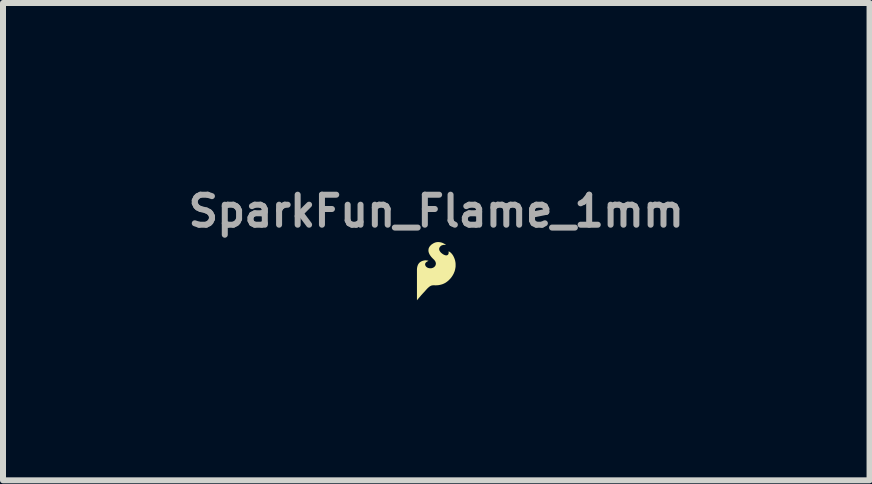
<source format=kicad_pcb>
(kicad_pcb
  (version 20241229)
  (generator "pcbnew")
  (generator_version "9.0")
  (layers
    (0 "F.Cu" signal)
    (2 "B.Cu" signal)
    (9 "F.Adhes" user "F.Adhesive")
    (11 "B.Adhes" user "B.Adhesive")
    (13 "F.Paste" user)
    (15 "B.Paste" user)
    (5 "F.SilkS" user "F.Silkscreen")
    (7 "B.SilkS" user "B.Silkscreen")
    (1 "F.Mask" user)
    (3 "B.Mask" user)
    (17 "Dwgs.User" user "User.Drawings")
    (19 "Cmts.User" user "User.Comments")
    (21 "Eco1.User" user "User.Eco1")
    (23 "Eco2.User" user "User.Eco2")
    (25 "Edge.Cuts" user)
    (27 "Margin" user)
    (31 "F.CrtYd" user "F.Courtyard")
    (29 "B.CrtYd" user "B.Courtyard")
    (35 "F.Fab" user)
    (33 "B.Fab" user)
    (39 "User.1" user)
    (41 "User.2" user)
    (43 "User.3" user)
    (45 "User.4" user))
  (footprint "SparkFun_Flame_1mm"
    (layer "F.Cu")
    (at 4.219 1.468)
    (property "Reference" "SparkFun_Flame_1mm" (at 0 -1 0) (layer "F.Fab") (effects (font (size 0.5 0.5) (thickness 0.1))))
    (attr board_only exclude_from_pos_files exclude_from_bom)
    (fp_poly (pts (xy 0.039 -0.485) (xy 0.049 -0.484) (xy 0.058 -0.483) (xy 0.067 -0.481) (xy 0.076 -0.48) (xy 0.085 -0.477) (xy 0.093 -0.475) (xy 0.101 -0.472) (xy 0.108 -0.469) (xy 0.115 -0.466) (xy 0.122 -0.462) (xy 0.134 -0.456) (xy 0.144 -0.45) (xy 0.152 -0.444) (xy 0.158 -0.44) (xy 0.163 -0.436) (xy 0.161 -0.436) (xy 0.153 -0.437) (xy 0.148 -0.438) (xy 0.142 -0.438) (xy 0.136 -0.438) (xy 0.128 -0.438) (xy 0.121 -0.438) (xy 0.113 -0.436) (xy 0.105 -0.434) (xy 0.101 -0.433) (xy 0.097 -0.432) (xy 0.093 -0.43) (xy 0.089 -0.428) (xy 0.085 -0.426) (xy 0.081 -0.424) (xy 0.077 -0.421) (xy 0.074 -0.418) (xy 0.07 -0.415) (xy 0.067 -0.411) (xy 0.062 -0.406) (xy 0.059 -0.401) (xy 0.055 -0.396) (xy 0.053 -0.391) (xy 0.052 -0.389) (xy 0.051 -0.386) (xy 0.05 -0.383) (xy 0.049 -0.38) (xy 0.048 -0.378) (xy 0.048 -0.375) (xy 0.048 -0.372) (xy 0.048 -0.369) (xy 0.048 -0.366) (xy 0.048 -0.363) (xy 0.048 -0.361) (xy 0.049 -0.358) (xy 0.05 -0.355) (xy 0.05 -0.351) (xy 0.052 -0.348) (xy 0.053 -0.345) (xy 0.054 -0.342) (xy 0.056 -0.339) (xy 0.058 -0.336) (xy 0.06 -0.332) (xy 0.062 -0.329) (xy 0.064 -0.326) (xy 0.069 -0.319) (xy 0.074 -0.313) (xy 0.08 -0.307) (xy 0.086 -0.302) (xy 0.092 -0.297) (xy 0.099 -0.292) (xy 0.105 -0.287) (xy 0.112 -0.282) (xy 0.12 -0.278) (xy 0.127 -0.274) (xy 0.134 -0.271) (xy 0.141 -0.268) (xy 0.148 -0.266) (xy 0.155 -0.264) (xy 0.159 -0.264) (xy 0.162 -0.263) (xy 0.165 -0.263) (xy 0.168 -0.263) (xy 0.171 -0.263) (xy 0.174 -0.264) (xy 0.178 -0.265) (xy 0.182 -0.266) (xy 0.185 -0.267) (xy 0.188 -0.269) (xy 0.191 -0.271) (xy 0.193 -0.273) (xy 0.195 -0.275) (xy 0.197 -0.277) (xy 0.199 -0.28) (xy 0.2 -0.283) (xy 0.202 -0.285) (xy 0.203 -0.288) (xy 0.204 -0.291) (xy 0.205 -0.294) (xy 0.205 -0.297) (xy 0.206 -0.3) (xy 0.206 -0.306) (xy 0.206 -0.311) (xy 0.206 -0.316) (xy 0.206 -0.321) (xy 0.205 -0.324) (xy 0.205 -0.327) (xy 0.204 -0.33) (xy 0.212 -0.327) (xy 0.22 -0.323) (xy 0.228 -0.318) (xy 0.236 -0.312) (xy 0.252 -0.297) (xy 0.267 -0.279) (xy 0.281 -0.258) (xy 0.293 -0.234) (xy 0.304 -0.208) (xy 0.313 -0.18) (xy 0.319 -0.15) (xy 0.321 -0.134) (xy 0.322 -0.118) (xy 0.322 -0.102) (xy 0.322 -0.085) (xy 0.321 -0.068) (xy 0.318 -0.051) (xy 0.315 -0.034) (xy 0.311 -0.017) (xy 0.306 0.001) (xy 0.299 0.018) (xy 0.292 0.036) (xy 0.283 0.053) (xy 0.273 0.071) (xy 0.262 0.088) (xy 0.249 0.106) (xy 0.236 0.122) (xy 0.221 0.138) (xy 0.206 0.153) (xy 0.191 0.166) (xy 0.174 0.179) (xy 0.157 0.191) (xy 0.139 0.201) (xy 0.12 0.21) (xy 0.1 0.218) (xy 0.079 0.224) (xy 0.058 0.229) (xy 0.036 0.233) (xy 0.013 0.235) (xy -0.011 0.236) (xy -0.036 0.235) (xy -0.042 0.235) (xy -0.049 0.235) (xy -0.055 0.235) (xy -0.061 0.236) (xy -0.067 0.237) (xy -0.072 0.238) (xy -0.078 0.239) (xy -0.083 0.241) (xy -0.088 0.243) (xy -0.093 0.245) (xy -0.098 0.248) (xy -0.103 0.251) (xy -0.113 0.257) (xy -0.123 0.265) (xy -0.132 0.273) (xy -0.142 0.282) (xy -0.152 0.292) (xy -0.162 0.303) (xy -0.208 0.354) (xy -0.231 0.379) (xy -0.252 0.402) (xy -0.271 0.425) (xy -0.288 0.444) (xy -0.302 0.461) (xy -0.313 0.474) (xy -0.322 0.485) (xy -0.322 -0.003) (xy -0.322 -0.013) (xy -0.322 -0.022) (xy -0.322 -0.031) (xy -0.321 -0.04) (xy -0.321 -0.048) (xy -0.32 -0.056) (xy -0.318 -0.064) (xy -0.317 -0.071) (xy -0.315 -0.078) (xy -0.313 -0.085) (xy -0.311 -0.091) (xy -0.309 -0.097) (xy -0.306 -0.103) (xy -0.304 -0.109) (xy -0.301 -0.114) (xy -0.298 -0.119) (xy -0.295 -0.124) (xy -0.291 -0.128) (xy -0.288 -0.132) (xy -0.284 -0.137) (xy -0.281 -0.14) (xy -0.277 -0.144) (xy -0.273 -0.147) (xy -0.269 -0.151) (xy -0.264 -0.154) (xy -0.26 -0.156) (xy -0.256 -0.159) (xy -0.251 -0.162) (xy -0.242 -0.166) (xy -0.233 -0.17) (xy -0.227 -0.172) (xy -0.222 -0.173) (xy -0.217 -0.175) (xy -0.212 -0.176) (xy -0.207 -0.177) (xy -0.202 -0.178) (xy -0.197 -0.179) (xy -0.193 -0.179) (xy -0.188 -0.18) (xy -0.183 -0.18) (xy -0.179 -0.18) (xy -0.175 -0.18) (xy -0.171 -0.18) (xy -0.167 -0.179) (xy -0.159 -0.179) (xy -0.152 -0.178) (xy -0.146 -0.177) (xy -0.141 -0.176) (xy -0.136 -0.174) (xy -0.133 -0.173) (xy -0.13 -0.172) (xy -0.128 -0.172) (xy -0.135 -0.169) (xy -0.142 -0.166) (xy -0.146 -0.163) (xy -0.15 -0.161) (xy -0.155 -0.158) (xy -0.16 -0.155) (xy -0.164 -0.152) (xy -0.168 -0.149) (xy -0.173 -0.145) (xy -0.174 -0.143) (xy -0.176 -0.141) (xy -0.178 -0.139) (xy -0.179 -0.136) (xy -0.181 -0.134) (xy -0.182 -0.132) (xy -0.183 -0.129) (xy -0.184 -0.126) (xy -0.185 -0.123) (xy -0.185 -0.12) (xy -0.186 -0.117) (xy -0.186 -0.114) (xy -0.186 -0.111) (xy -0.185 -0.108) (xy -0.185 -0.105) (xy -0.184 -0.101) (xy -0.183 -0.098) (xy -0.182 -0.095) (xy -0.181 -0.092) (xy -0.179 -0.089) (xy -0.177 -0.086) (xy -0.175 -0.082) (xy -0.173 -0.079) (xy -0.17 -0.077) (xy -0.168 -0.074) (xy -0.165 -0.071) (xy -0.162 -0.068) (xy -0.158 -0.066) (xy -0.155 -0.063) (xy -0.151 -0.061) (xy -0.147 -0.059) (xy -0.143 -0.057) (xy -0.139 -0.055) (xy -0.134 -0.053) (xy -0.129 -0.052) (xy -0.124 -0.051) (xy -0.119 -0.05) (xy -0.114 -0.049) (xy -0.106 -0.048) (xy -0.098 -0.048) (xy -0.09 -0.048) (xy -0.083 -0.049) (xy -0.076 -0.05) (xy -0.069 -0.052) (xy -0.062 -0.054) (xy -0.055 -0.057) (xy -0.049 -0.06) (xy -0.043 -0.063) (xy -0.038 -0.067) (xy -0.032 -0.071) (xy -0.028 -0.076) (xy -0.023 -0.081) (xy -0.019 -0.086) (xy -0.016 -0.091) (xy -0.013 -0.097) (xy -0.011 -0.103) (xy -0.009 -0.109) (xy -0.008 -0.115) (xy -0.007 -0.121) (xy -0.007 -0.128) (xy -0.007 -0.135) (xy -0.009 -0.142) (xy -0.011 -0.149) (xy -0.013 -0.156) (xy -0.017 -0.163) (xy -0.021 -0.17) (xy -0.026 -0.177) (xy -0.032 -0.185) (xy -0.038 -0.192) (xy -0.046 -0.199) (xy -0.062 -0.215) (xy -0.078 -0.232) (xy -0.085 -0.24) (xy -0.091 -0.248) (xy -0.097 -0.256) (xy -0.103 -0.265) (xy -0.108 -0.273) (xy -0.113 -0.281) (xy -0.117 -0.29) (xy -0.12 -0.298) (xy -0.124 -0.306) (xy -0.126 -0.315) (xy -0.128 -0.323) (xy -0.13 -0.331) (xy -0.13 -0.34) (xy -0.131 -0.348) (xy -0.13 -0.356) (xy -0.129 -0.364) (xy -0.128 -0.372) (xy -0.126 -0.38) (xy -0.123 -0.388) (xy -0.119 -0.395) (xy -0.115 -0.403) (xy -0.11 -0.411) (xy -0.104 -0.418) (xy -0.098 -0.425) (xy -0.091 -0.433) (xy -0.083 -0.44) (xy -0.075 -0.447) (xy -0.065 -0.453) (xy -0.054 -0.46) (xy -0.044 -0.466) (xy -0.033 -0.471) (xy -0.022 -0.476) (xy -0.011 -0.479) (xy -0.001 -0.482) (xy 0.009 -0.483) (xy 0.02 -0.485) (xy 0.03 -0.485)) (stroke (width -0.000001) (type solid)) (fill yes) (layer "F.SilkS")))
  (gr_rect
    (start -3 -3)
    (end 11.438 4.953)
    (stroke (width 0.1) (type default))
    (fill no)
    (layer "Edge.Cuts")))
</source>
